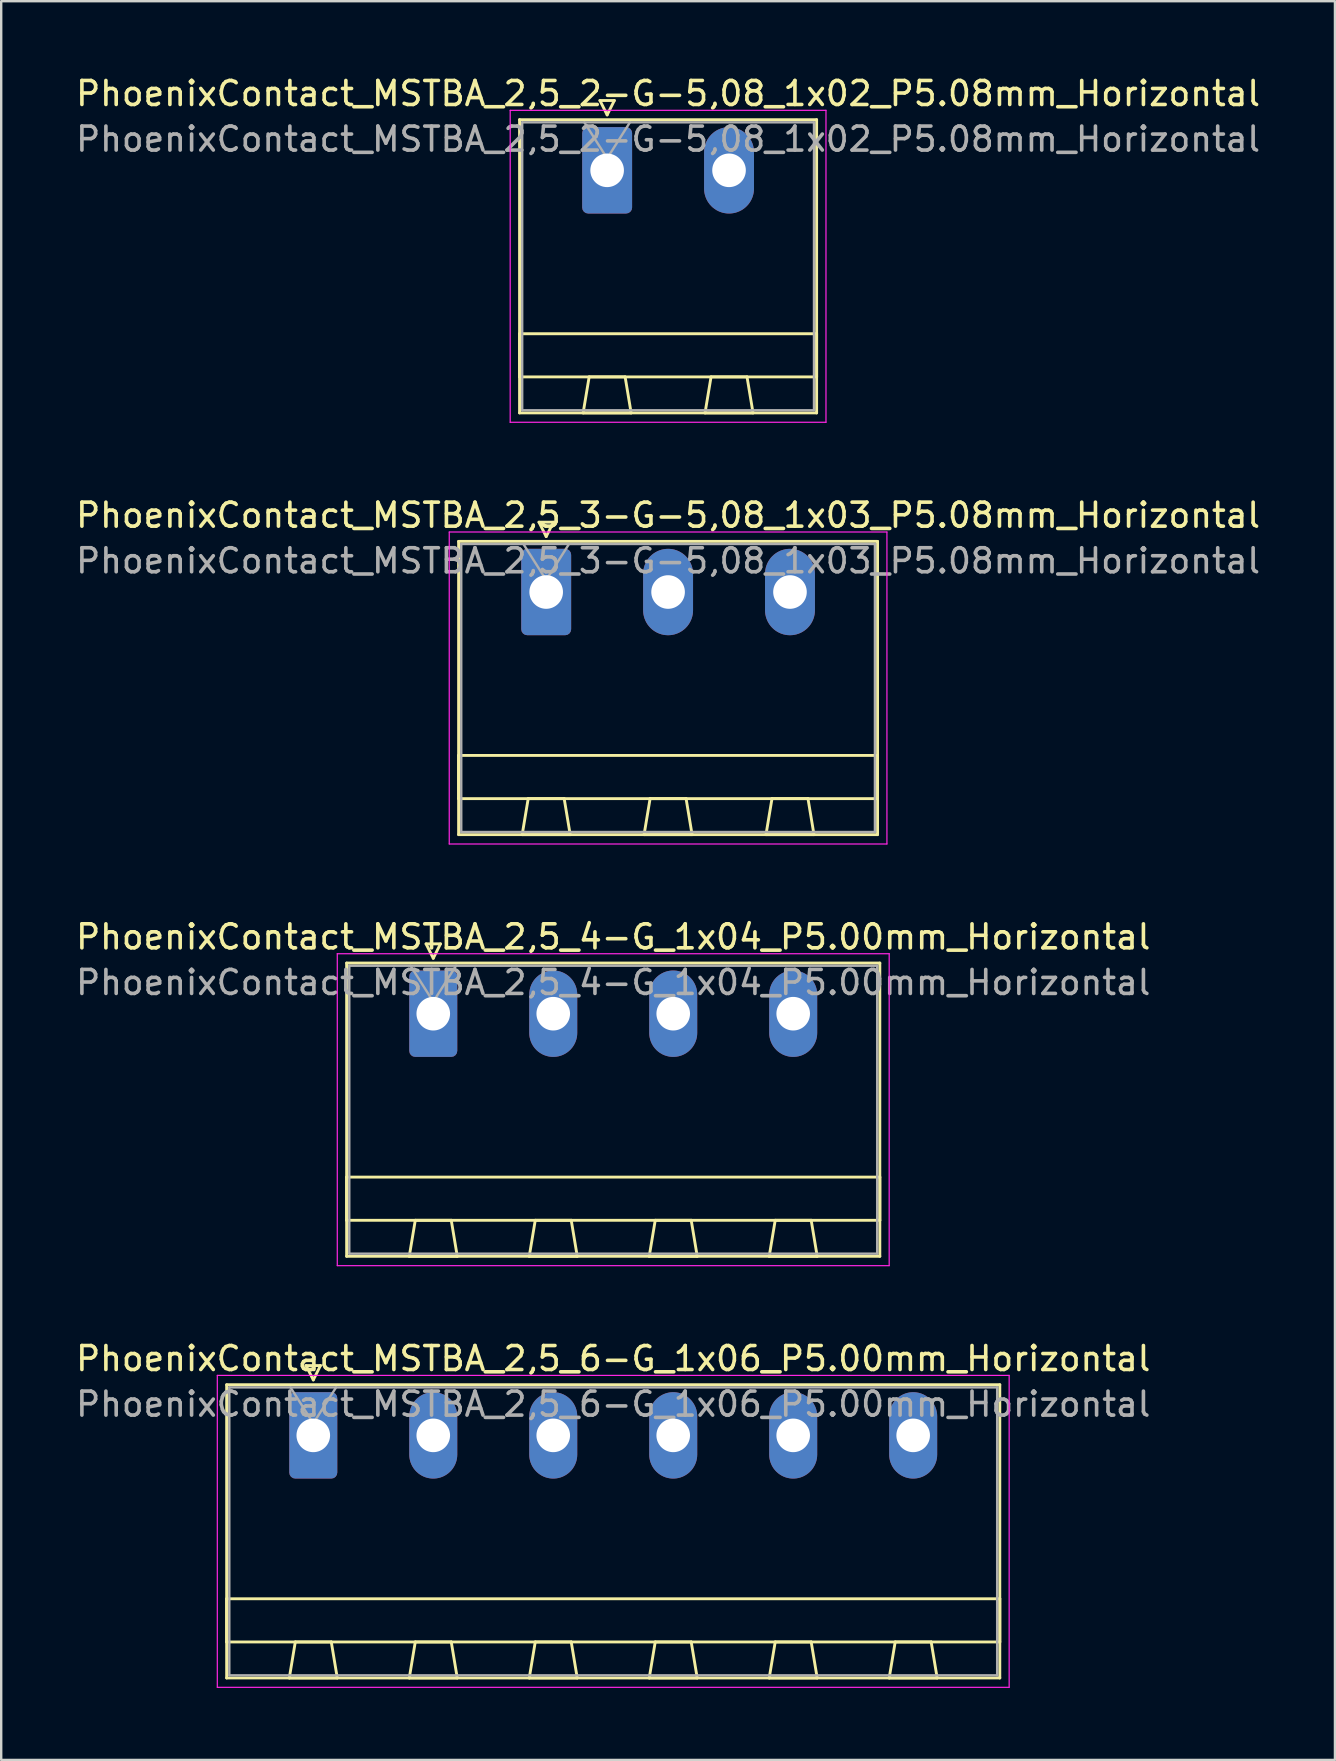
<source format=kicad_pcb>
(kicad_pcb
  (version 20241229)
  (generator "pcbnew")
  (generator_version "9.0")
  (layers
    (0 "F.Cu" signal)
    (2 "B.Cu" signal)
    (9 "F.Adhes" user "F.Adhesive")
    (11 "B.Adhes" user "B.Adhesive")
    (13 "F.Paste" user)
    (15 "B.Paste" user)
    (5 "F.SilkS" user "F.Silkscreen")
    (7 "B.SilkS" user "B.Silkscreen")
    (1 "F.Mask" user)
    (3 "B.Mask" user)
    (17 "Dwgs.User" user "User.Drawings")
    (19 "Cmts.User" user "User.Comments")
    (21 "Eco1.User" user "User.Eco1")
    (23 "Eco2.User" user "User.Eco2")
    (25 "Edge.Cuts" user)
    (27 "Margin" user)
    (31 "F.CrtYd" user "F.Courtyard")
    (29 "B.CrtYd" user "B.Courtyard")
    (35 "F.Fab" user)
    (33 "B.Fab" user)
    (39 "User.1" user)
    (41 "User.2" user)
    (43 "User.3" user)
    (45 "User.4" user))
  (footprint "PhoenixContact_MSTBA_2,5_2-G-5,08_1x02_P5.08mm_Horizontal"
    (layer "F.Cu")
    (at 22.252 4.048)
    (property "Reference" "PhoenixContact_MSTBA_2,5_2-G-5,08_1x02_P5.08mm_Horizontal" (at 2.54 -3.2 0) (layer "F.SilkS") (effects (font (size 1 1) (thickness 0.15))))
    (attr through_hole)
    (fp_line (start -3.65 -2.11) (end -3.65 10.11) (stroke (width 0.12) (type solid)) (layer "F.SilkS"))
    (fp_line (start -3.65 6.81) (end 8.73 6.81) (stroke (width 0.12) (type solid)) (layer "F.SilkS"))
    (fp_line (start -3.65 8.61) (end -3.65 6.81) (stroke (width 0.12) (type solid)) (layer "F.SilkS"))
    (fp_line (start -3.65 10.11) (end 8.73 10.11) (stroke (width 0.12) (type solid)) (layer "F.SilkS"))
    (fp_line (start -1 10.11) (end 1 10.11) (stroke (width 0.12) (type solid)) (layer "F.SilkS"))
    (fp_line (start -0.75 8.61) (end -1 10.11) (stroke (width 0.12) (type solid)) (layer "F.SilkS"))
    (fp_line (start -0.3 -2.91) (end 0.3 -2.91) (stroke (width 0.12) (type solid)) (layer "F.SilkS"))
    (fp_line (start 0 -2.31) (end -0.3 -2.91) (stroke (width 0.12) (type solid)) (layer "F.SilkS"))
    (fp_line (start 0.3 -2.91) (end 0 -2.31) (stroke (width 0.12) (type solid)) (layer "F.SilkS"))
    (fp_line (start 0.75 8.61) (end -0.75 8.61) (stroke (width 0.12) (type solid)) (layer "F.SilkS"))
    (fp_line (start 1 10.11) (end 0.75 8.61) (stroke (width 0.12) (type solid)) (layer "F.SilkS"))
    (fp_line (start 4.08 10.11) (end 6.08 10.11) (stroke (width 0.12) (type solid)) (layer "F.SilkS"))
    (fp_line (start 4.33 8.61) (end 4.08 10.11) (stroke (width 0.12) (type solid)) (layer "F.SilkS"))
    (fp_line (start 5.83 8.61) (end 4.33 8.61) (stroke (width 0.12) (type solid)) (layer "F.SilkS"))
    (fp_line (start 6.08 10.11) (end 5.83 8.61) (stroke (width 0.12) (type solid)) (layer "F.SilkS"))
    (fp_line (start 8.73 -2.11) (end -3.65 -2.11) (stroke (width 0.12) (type solid)) (layer "F.SilkS"))
    (fp_line (start 8.73 6.81) (end 8.73 8.61) (stroke (width 0.12) (type solid)) (layer "F.SilkS"))
    (fp_line (start 8.73 8.61) (end -3.65 8.61) (stroke (width 0.12) (type solid)) (layer "F.SilkS"))
    (fp_line (start 8.73 10.11) (end 8.73 -2.11) (stroke (width 0.12) (type solid)) (layer "F.SilkS"))
    (fp_line (start -4.04 -2.5) (end -4.04 10.5) (stroke (width 0.05) (type solid)) (layer "F.CrtYd"))
    (fp_line (start -4.04 10.5) (end 9.12 10.5) (stroke (width 0.05) (type solid)) (layer "F.CrtYd"))
    (fp_line (start 9.12 -2.5) (end -4.04 -2.5) (stroke (width 0.05) (type solid)) (layer "F.CrtYd"))
    (fp_line (start 9.12 10.5) (end 9.12 -2.5) (stroke (width 0.05) (type solid)) (layer "F.CrtYd"))
    (fp_line (start -3.54 -2) (end -3.54 10) (stroke (width 0.1) (type solid)) (layer "F.Fab"))
    (fp_line (start -3.54 10) (end 8.62 10) (stroke (width 0.1) (type solid)) (layer "F.Fab"))
    (fp_line (start 0 -0.5) (end -0.95 -2) (stroke (width 0.1) (type solid)) (layer "F.Fab"))
    (fp_line (start 0.95 -2) (end 0 -0.5) (stroke (width 0.1) (type solid)) (layer "F.Fab"))
    (fp_line (start 8.62 -2) (end -3.54 -2) (stroke (width 0.1) (type solid)) (layer "F.Fab"))
    (fp_line (start 8.62 10) (end 8.62 -2) (stroke (width 0.1) (type solid)) (layer "F.Fab"))
    (fp_text user "${REFERENCE}" (at 2.54 -1.3 0) (layer "F.Fab") (effects (font (size 1 1) (thickness 0.15))))
    (pad "1" thru_hole roundrect (at 0 0) (size 2.08 3.6) (drill 1.4) (layers "*.Cu" "*.Mask") (roundrect_rratio 0.12))
    (pad "2" thru_hole oval (at 5.08 0) (size 2.08 3.6) (drill 1.4) (layers "*.Cu" "*.Mask")))
  (footprint "PhoenixContact_MSTBA_2,5_3-G-5,08_1x03_P5.08mm_Horizontal"
    (layer "F.Cu")
    (at 19.712 21.622)
    (property "Reference" "PhoenixContact_MSTBA_2,5_3-G-5,08_1x03_P5.08mm_Horizontal" (at 5.08 -3.2 0) (layer "F.SilkS") (effects (font (size 1 1) (thickness 0.15))))
    (attr through_hole)
    (fp_line (start -3.65 -2.11) (end -3.65 10.11) (stroke (width 0.12) (type solid)) (layer "F.SilkS"))
    (fp_line (start -3.65 6.81) (end 13.81 6.81) (stroke (width 0.12) (type solid)) (layer "F.SilkS"))
    (fp_line (start -3.65 8.61) (end -3.65 6.81) (stroke (width 0.12) (type solid)) (layer "F.SilkS"))
    (fp_line (start -3.65 10.11) (end 13.81 10.11) (stroke (width 0.12) (type solid)) (layer "F.SilkS"))
    (fp_line (start -1 10.11) (end 1 10.11) (stroke (width 0.12) (type solid)) (layer "F.SilkS"))
    (fp_line (start -0.75 8.61) (end -1 10.11) (stroke (width 0.12) (type solid)) (layer "F.SilkS"))
    (fp_line (start -0.3 -2.91) (end 0.3 -2.91) (stroke (width 0.12) (type solid)) (layer "F.SilkS"))
    (fp_line (start 0 -2.31) (end -0.3 -2.91) (stroke (width 0.12) (type solid)) (layer "F.SilkS"))
    (fp_line (start 0.3 -2.91) (end 0 -2.31) (stroke (width 0.12) (type solid)) (layer "F.SilkS"))
    (fp_line (start 0.75 8.61) (end -0.75 8.61) (stroke (width 0.12) (type solid)) (layer "F.SilkS"))
    (fp_line (start 1 10.11) (end 0.75 8.61) (stroke (width 0.12) (type solid)) (layer "F.SilkS"))
    (fp_line (start 4.08 10.11) (end 6.08 10.11) (stroke (width 0.12) (type solid)) (layer "F.SilkS"))
    (fp_line (start 4.33 8.61) (end 4.08 10.11) (stroke (width 0.12) (type solid)) (layer "F.SilkS"))
    (fp_line (start 5.83 8.61) (end 4.33 8.61) (stroke (width 0.12) (type solid)) (layer "F.SilkS"))
    (fp_line (start 6.08 10.11) (end 5.83 8.61) (stroke (width 0.12) (type solid)) (layer "F.SilkS"))
    (fp_line (start 9.16 10.11) (end 11.16 10.11) (stroke (width 0.12) (type solid)) (layer "F.SilkS"))
    (fp_line (start 9.41 8.61) (end 9.16 10.11) (stroke (width 0.12) (type solid)) (layer "F.SilkS"))
    (fp_line (start 10.91 8.61) (end 9.41 8.61) (stroke (width 0.12) (type solid)) (layer "F.SilkS"))
    (fp_line (start 11.16 10.11) (end 10.91 8.61) (stroke (width 0.12) (type solid)) (layer "F.SilkS"))
    (fp_line (start 13.81 -2.11) (end -3.65 -2.11) (stroke (width 0.12) (type solid)) (layer "F.SilkS"))
    (fp_line (start 13.81 6.81) (end 13.81 8.61) (stroke (width 0.12) (type solid)) (layer "F.SilkS"))
    (fp_line (start 13.81 8.61) (end -3.65 8.61) (stroke (width 0.12) (type solid)) (layer "F.SilkS"))
    (fp_line (start 13.81 10.11) (end 13.81 -2.11) (stroke (width 0.12) (type solid)) (layer "F.SilkS"))
    (fp_line (start -4.04 -2.5) (end -4.04 10.5) (stroke (width 0.05) (type solid)) (layer "F.CrtYd"))
    (fp_line (start -4.04 10.5) (end 14.2 10.5) (stroke (width 0.05) (type solid)) (layer "F.CrtYd"))
    (fp_line (start 14.2 -2.5) (end -4.04 -2.5) (stroke (width 0.05) (type solid)) (layer "F.CrtYd"))
    (fp_line (start 14.2 10.5) (end 14.2 -2.5) (stroke (width 0.05) (type solid)) (layer "F.CrtYd"))
    (fp_line (start -3.54 -2) (end -3.54 10) (stroke (width 0.1) (type solid)) (layer "F.Fab"))
    (fp_line (start -3.54 10) (end 13.7 10) (stroke (width 0.1) (type solid)) (layer "F.Fab"))
    (fp_line (start 0 -0.5) (end -0.95 -2) (stroke (width 0.1) (type solid)) (layer "F.Fab"))
    (fp_line (start 0.95 -2) (end 0 -0.5) (stroke (width 0.1) (type solid)) (layer "F.Fab"))
    (fp_line (start 13.7 -2) (end -3.54 -2) (stroke (width 0.1) (type solid)) (layer "F.Fab"))
    (fp_line (start 13.7 10) (end 13.7 -2) (stroke (width 0.1) (type solid)) (layer "F.Fab"))
    (fp_text user "${REFERENCE}" (at 5.08 -1.3 0) (layer "F.Fab") (effects (font (size 1 1) (thickness 0.15))))
    (pad "1" thru_hole roundrect (at 0 0) (size 2.08 3.6) (drill 1.4) (layers "*.Cu" "*.Mask") (roundrect_rratio 0.12))
    (pad "2" thru_hole oval (at 5.08 0) (size 2.08 3.6) (drill 1.4) (layers "*.Cu" "*.Mask"))
    (pad "3" thru_hole oval (at 10.16 0) (size 2.08 3.6) (drill 1.4) (layers "*.Cu" "*.Mask")))
  (footprint "PhoenixContact_MSTBA_2,5_4-G_1x04_P5.00mm_Horizontal"
    (layer "F.Cu")
    (at 15.006 39.195)
    (property "Reference" "PhoenixContact_MSTBA_2,5_4-G_1x04_P5.00mm_Horizontal" (at 7.5 -3.2 0) (layer "F.SilkS") (effects (font (size 1 1) (thickness 0.15))))
    (attr through_hole)
    (fp_line (start -3.61 -2.11) (end -3.61 10.11) (stroke (width 0.12) (type solid)) (layer "F.SilkS"))
    (fp_line (start -3.61 6.81) (end 18.61 6.81) (stroke (width 0.12) (type solid)) (layer "F.SilkS"))
    (fp_line (start -3.61 8.61) (end -3.61 6.81) (stroke (width 0.12) (type solid)) (layer "F.SilkS"))
    (fp_line (start -3.61 10.11) (end 18.61 10.11) (stroke (width 0.12) (type solid)) (layer "F.SilkS"))
    (fp_line (start -1 10.11) (end 1 10.11) (stroke (width 0.12) (type solid)) (layer "F.SilkS"))
    (fp_line (start -0.75 8.61) (end -1 10.11) (stroke (width 0.12) (type solid)) (layer "F.SilkS"))
    (fp_line (start -0.3 -2.91) (end 0.3 -2.91) (stroke (width 0.12) (type solid)) (layer "F.SilkS"))
    (fp_line (start 0 -2.31) (end -0.3 -2.91) (stroke (width 0.12) (type solid)) (layer "F.SilkS"))
    (fp_line (start 0.3 -2.91) (end 0 -2.31) (stroke (width 0.12) (type solid)) (layer "F.SilkS"))
    (fp_line (start 0.75 8.61) (end -0.75 8.61) (stroke (width 0.12) (type solid)) (layer "F.SilkS"))
    (fp_line (start 1 10.11) (end 0.75 8.61) (stroke (width 0.12) (type solid)) (layer "F.SilkS"))
    (fp_line (start 4 10.11) (end 6 10.11) (stroke (width 0.12) (type solid)) (layer "F.SilkS"))
    (fp_line (start 4.25 8.61) (end 4 10.11) (stroke (width 0.12) (type solid)) (layer "F.SilkS"))
    (fp_line (start 5.75 8.61) (end 4.25 8.61) (stroke (width 0.12) (type solid)) (layer "F.SilkS"))
    (fp_line (start 6 10.11) (end 5.75 8.61) (stroke (width 0.12) (type solid)) (layer "F.SilkS"))
    (fp_line (start 9 10.11) (end 11 10.11) (stroke (width 0.12) (type solid)) (layer "F.SilkS"))
    (fp_line (start 9.25 8.61) (end 9 10.11) (stroke (width 0.12) (type solid)) (layer "F.SilkS"))
    (fp_line (start 10.75 8.61) (end 9.25 8.61) (stroke (width 0.12) (type solid)) (layer "F.SilkS"))
    (fp_line (start 11 10.11) (end 10.75 8.61) (stroke (width 0.12) (type solid)) (layer "F.SilkS"))
    (fp_line (start 14 10.11) (end 16 10.11) (stroke (width 0.12) (type solid)) (layer "F.SilkS"))
    (fp_line (start 14.25 8.61) (end 14 10.11) (stroke (width 0.12) (type solid)) (layer "F.SilkS"))
    (fp_line (start 15.75 8.61) (end 14.25 8.61) (stroke (width 0.12) (type solid)) (layer "F.SilkS"))
    (fp_line (start 16 10.11) (end 15.75 8.61) (stroke (width 0.12) (type solid)) (layer "F.SilkS"))
    (fp_line (start 18.61 -2.11) (end -3.61 -2.11) (stroke (width 0.12) (type solid)) (layer "F.SilkS"))
    (fp_line (start 18.61 6.81) (end 18.61 8.61) (stroke (width 0.12) (type solid)) (layer "F.SilkS"))
    (fp_line (start 18.61 8.61) (end -3.61 8.61) (stroke (width 0.12) (type solid)) (layer "F.SilkS"))
    (fp_line (start 18.61 10.11) (end 18.61 -2.11) (stroke (width 0.12) (type solid)) (layer "F.SilkS"))
    (fp_line (start -4 -2.5) (end -4 10.5) (stroke (width 0.05) (type solid)) (layer "F.CrtYd"))
    (fp_line (start -4 10.5) (end 19 10.5) (stroke (width 0.05) (type solid)) (layer "F.CrtYd"))
    (fp_line (start 19 -2.5) (end -4 -2.5) (stroke (width 0.05) (type solid)) (layer "F.CrtYd"))
    (fp_line (start 19 10.5) (end 19 -2.5) (stroke (width 0.05) (type solid)) (layer "F.CrtYd"))
    (fp_line (start -3.5 -2) (end -3.5 10) (stroke (width 0.1) (type solid)) (layer "F.Fab"))
    (fp_line (start -3.5 10) (end 18.5 10) (stroke (width 0.1) (type solid)) (layer "F.Fab"))
    (fp_line (start 0 -0.5) (end -0.95 -2) (stroke (width 0.1) (type solid)) (layer "F.Fab"))
    (fp_line (start 0.95 -2) (end 0 -0.5) (stroke (width 0.1) (type solid)) (layer "F.Fab"))
    (fp_line (start 18.5 -2) (end -3.5 -2) (stroke (width 0.1) (type solid)) (layer "F.Fab"))
    (fp_line (start 18.5 10) (end 18.5 -2) (stroke (width 0.1) (type solid)) (layer "F.Fab"))
    (fp_text user "${REFERENCE}" (at 7.5 -1.3 0) (layer "F.Fab") (effects (font (size 1 1) (thickness 0.15))))
    (pad "1" thru_hole roundrect (at 0 0) (size 2 3.6) (drill 1.4) (layers "*.Cu" "*.Mask") (roundrect_rratio 0.125))
    (pad "2" thru_hole oval (at 5 0) (size 2 3.6) (drill 1.4) (layers "*.Cu" "*.Mask"))
    (pad "3" thru_hole oval (at 10 0) (size 2 3.6) (drill 1.4) (layers "*.Cu" "*.Mask"))
    (pad "4" thru_hole oval (at 15 0) (size 2 3.6) (drill 1.4) (layers "*.Cu" "*.Mask")))
  (footprint "PhoenixContact_MSTBA_2,5_6-G_1x06_P5.00mm_Horizontal"
    (layer "F.Cu")
    (at 10.006 56.768)
    (property "Reference" "PhoenixContact_MSTBA_2,5_6-G_1x06_P5.00mm_Horizontal" (at 12.5 -3.2 0) (layer "F.SilkS") (effects (font (size 1 1) (thickness 0.15))))
    (attr through_hole)
    (fp_line (start -3.61 -2.11) (end -3.61 10.11) (stroke (width 0.12) (type solid)) (layer "F.SilkS"))
    (fp_line (start -3.61 6.81) (end 28.61 6.81) (stroke (width 0.12) (type solid)) (layer "F.SilkS"))
    (fp_line (start -3.61 8.61) (end -3.61 6.81) (stroke (width 0.12) (type solid)) (layer "F.SilkS"))
    (fp_line (start -3.61 10.11) (end 28.61 10.11) (stroke (width 0.12) (type solid)) (layer "F.SilkS"))
    (fp_line (start -1 10.11) (end 1 10.11) (stroke (width 0.12) (type solid)) (layer "F.SilkS"))
    (fp_line (start -0.75 8.61) (end -1 10.11) (stroke (width 0.12) (type solid)) (layer "F.SilkS"))
    (fp_line (start -0.3 -2.91) (end 0.3 -2.91) (stroke (width 0.12) (type solid)) (layer "F.SilkS"))
    (fp_line (start 0 -2.31) (end -0.3 -2.91) (stroke (width 0.12) (type solid)) (layer "F.SilkS"))
    (fp_line (start 0.3 -2.91) (end 0 -2.31) (stroke (width 0.12) (type solid)) (layer "F.SilkS"))
    (fp_line (start 0.75 8.61) (end -0.75 8.61) (stroke (width 0.12) (type solid)) (layer "F.SilkS"))
    (fp_line (start 1 10.11) (end 0.75 8.61) (stroke (width 0.12) (type solid)) (layer "F.SilkS"))
    (fp_line (start 4 10.11) (end 6 10.11) (stroke (width 0.12) (type solid)) (layer "F.SilkS"))
    (fp_line (start 4.25 8.61) (end 4 10.11) (stroke (width 0.12) (type solid)) (layer "F.SilkS"))
    (fp_line (start 5.75 8.61) (end 4.25 8.61) (stroke (width 0.12) (type solid)) (layer "F.SilkS"))
    (fp_line (start 6 10.11) (end 5.75 8.61) (stroke (width 0.12) (type solid)) (layer "F.SilkS"))
    (fp_line (start 9 10.11) (end 11 10.11) (stroke (width 0.12) (type solid)) (layer "F.SilkS"))
    (fp_line (start 9.25 8.61) (end 9 10.11) (stroke (width 0.12) (type solid)) (layer "F.SilkS"))
    (fp_line (start 10.75 8.61) (end 9.25 8.61) (stroke (width 0.12) (type solid)) (layer "F.SilkS"))
    (fp_line (start 11 10.11) (end 10.75 8.61) (stroke (width 0.12) (type solid)) (layer "F.SilkS"))
    (fp_line (start 14 10.11) (end 16 10.11) (stroke (width 0.12) (type solid)) (layer "F.SilkS"))
    (fp_line (start 14.25 8.61) (end 14 10.11) (stroke (width 0.12) (type solid)) (layer "F.SilkS"))
    (fp_line (start 15.75 8.61) (end 14.25 8.61) (stroke (width 0.12) (type solid)) (layer "F.SilkS"))
    (fp_line (start 16 10.11) (end 15.75 8.61) (stroke (width 0.12) (type solid)) (layer "F.SilkS"))
    (fp_line (start 19 10.11) (end 21 10.11) (stroke (width 0.12) (type solid)) (layer "F.SilkS"))
    (fp_line (start 19.25 8.61) (end 19 10.11) (stroke (width 0.12) (type solid)) (layer "F.SilkS"))
    (fp_line (start 20.75 8.61) (end 19.25 8.61) (stroke (width 0.12) (type solid)) (layer "F.SilkS"))
    (fp_line (start 21 10.11) (end 20.75 8.61) (stroke (width 0.12) (type solid)) (layer "F.SilkS"))
    (fp_line (start 24 10.11) (end 26 10.11) (stroke (width 0.12) (type solid)) (layer "F.SilkS"))
    (fp_line (start 24.25 8.61) (end 24 10.11) (stroke (width 0.12) (type solid)) (layer "F.SilkS"))
    (fp_line (start 25.75 8.61) (end 24.25 8.61) (stroke (width 0.12) (type solid)) (layer "F.SilkS"))
    (fp_line (start 26 10.11) (end 25.75 8.61) (stroke (width 0.12) (type solid)) (layer "F.SilkS"))
    (fp_line (start 28.61 -2.11) (end -3.61 -2.11) (stroke (width 0.12) (type solid)) (layer "F.SilkS"))
    (fp_line (start 28.61 6.81) (end 28.61 8.61) (stroke (width 0.12) (type solid)) (layer "F.SilkS"))
    (fp_line (start 28.61 8.61) (end -3.61 8.61) (stroke (width 0.12) (type solid)) (layer "F.SilkS"))
    (fp_line (start 28.61 10.11) (end 28.61 -2.11) (stroke (width 0.12) (type solid)) (layer "F.SilkS"))
    (fp_line (start -4 -2.5) (end -4 10.5) (stroke (width 0.05) (type solid)) (layer "F.CrtYd"))
    (fp_line (start -4 10.5) (end 29 10.5) (stroke (width 0.05) (type solid)) (layer "F.CrtYd"))
    (fp_line (start 29 -2.5) (end -4 -2.5) (stroke (width 0.05) (type solid)) (layer "F.CrtYd"))
    (fp_line (start 29 10.5) (end 29 -2.5) (stroke (width 0.05) (type solid)) (layer "F.CrtYd"))
    (fp_line (start -3.5 -2) (end -3.5 10) (stroke (width 0.1) (type solid)) (layer "F.Fab"))
    (fp_line (start -3.5 10) (end 28.5 10) (stroke (width 0.1) (type solid)) (layer "F.Fab"))
    (fp_line (start 0 -0.5) (end -0.95 -2) (stroke (width 0.1) (type solid)) (layer "F.Fab"))
    (fp_line (start 0.95 -2) (end 0 -0.5) (stroke (width 0.1) (type solid)) (layer "F.Fab"))
    (fp_line (start 28.5 -2) (end -3.5 -2) (stroke (width 0.1) (type solid)) (layer "F.Fab"))
    (fp_line (start 28.5 10) (end 28.5 -2) (stroke (width 0.1) (type solid)) (layer "F.Fab"))
    (fp_text user "${REFERENCE}" (at 12.5 -1.3 0) (layer "F.Fab") (effects (font (size 1 1) (thickness 0.15))))
    (pad "1" thru_hole roundrect (at 0 0) (size 2 3.6) (drill 1.4) (layers "*.Cu" "*.Mask") (roundrect_rratio 0.125))
    (pad "2" thru_hole oval (at 5 0) (size 2 3.6) (drill 1.4) (layers "*.Cu" "*.Mask"))
    (pad "3" thru_hole oval (at 10 0) (size 2 3.6) (drill 1.4) (layers "*.Cu" "*.Mask"))
    (pad "4" thru_hole oval (at 15 0) (size 2 3.6) (drill 1.4) (layers "*.Cu" "*.Mask"))
    (pad "5" thru_hole oval (at 20 0) (size 2 3.6) (drill 1.4) (layers "*.Cu" "*.Mask"))
    (pad "6" thru_hole oval (at 25 0) (size 2 3.6) (drill 1.4) (layers "*.Cu" "*.Mask")))
  (gr_rect
    (start -3 -3)
    (end 52.583 70.293)
    (stroke (width 0.1) (type default))
    (fill no)
    (layer "Edge.Cuts")))
</source>
